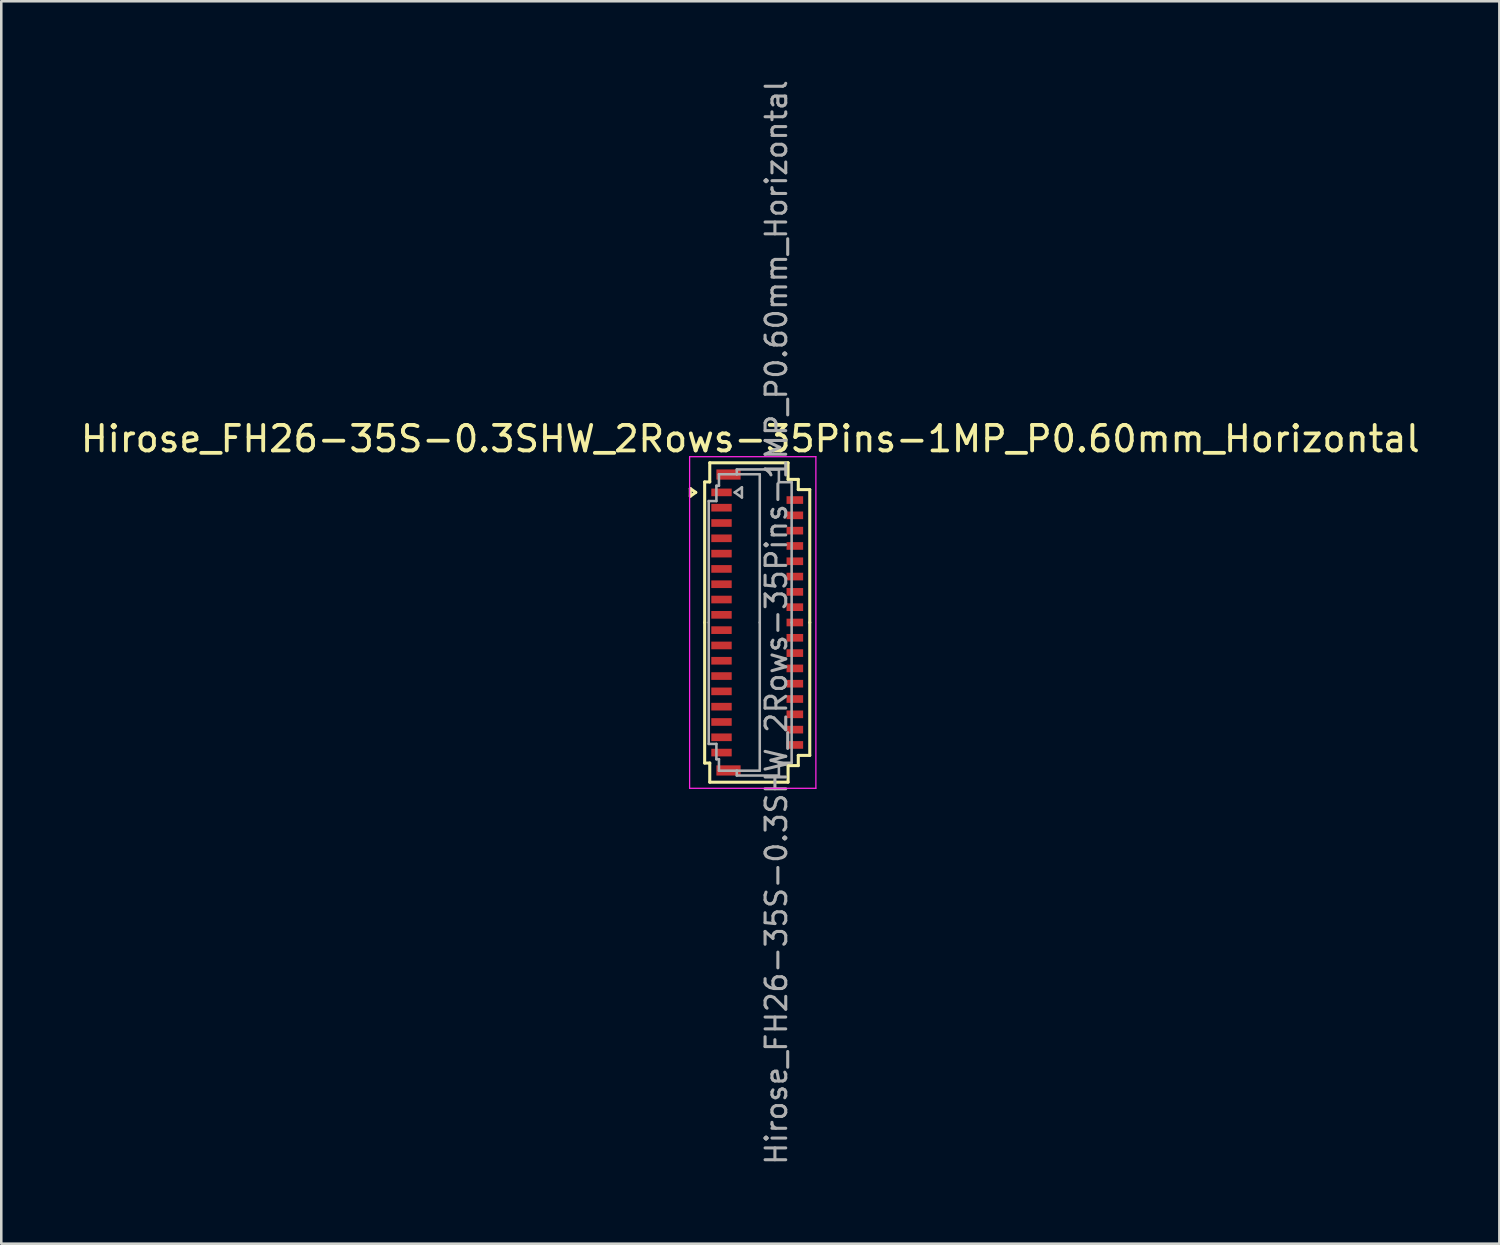
<source format=kicad_pcb>
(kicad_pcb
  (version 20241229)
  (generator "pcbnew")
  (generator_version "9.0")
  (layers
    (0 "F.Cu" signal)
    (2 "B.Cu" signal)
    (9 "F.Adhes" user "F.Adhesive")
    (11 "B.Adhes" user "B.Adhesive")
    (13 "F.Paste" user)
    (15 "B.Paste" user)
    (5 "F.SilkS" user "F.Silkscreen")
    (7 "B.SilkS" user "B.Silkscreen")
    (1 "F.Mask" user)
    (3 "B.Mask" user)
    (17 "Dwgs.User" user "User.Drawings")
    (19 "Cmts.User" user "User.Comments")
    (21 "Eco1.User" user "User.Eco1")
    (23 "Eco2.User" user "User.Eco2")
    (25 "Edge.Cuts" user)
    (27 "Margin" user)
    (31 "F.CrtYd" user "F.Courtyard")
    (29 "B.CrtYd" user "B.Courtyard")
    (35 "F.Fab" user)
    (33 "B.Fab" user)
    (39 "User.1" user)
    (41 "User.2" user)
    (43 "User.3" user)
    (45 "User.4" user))
  (footprint "Hirose_FH26-35S-0.3SHW_2Rows-35Pins-1MP_P0.60mm_Horizontal"
    (layer "F.Cu")
    (at 26.633 21.352)
    (property "Reference" "Hirose_FH26-35S-0.3SHW_2Rows-35Pins-1MP_P0.60mm_Horizontal" (at -0.27 -7.2 0) (layer "F.SilkS") (effects (font (size 1 1) (thickness 0.15))))
    (attr smd)
    (fp_line (start -2.622 -5.25) (end -2.41 -5.1) (stroke (width 0.12) (type solid)) (layer "F.SilkS"))
    (fp_line (start -2.622 -4.95) (end -2.622 -5.25) (stroke (width 0.12) (type solid)) (layer "F.SilkS"))
    (fp_line (start -2.41 -5.1) (end -2.622 -4.95) (stroke (width 0.12) (type solid)) (layer "F.SilkS"))
    (fp_line (start -2.06 -5.51) (end -2.06 0) (stroke (width 0.12) (type solid)) (layer "F.SilkS"))
    (fp_line (start -2.06 5.51) (end -2.06 0) (stroke (width 0.12) (type solid)) (layer "F.SilkS"))
    (fp_line (start -1.86 -6.26) (end -1.86 -5.51) (stroke (width 0.12) (type solid)) (layer "F.SilkS"))
    (fp_line (start -1.86 -5.51) (end -2.06 -5.51) (stroke (width 0.12) (type solid)) (layer "F.SilkS"))
    (fp_line (start -1.86 5.51) (end -2.06 5.51) (stroke (width 0.12) (type solid)) (layer "F.SilkS"))
    (fp_line (start -1.86 6.26) (end -1.86 5.51) (stroke (width 0.12) (type solid)) (layer "F.SilkS"))
    (fp_line (start 1.21 -6.26) (end -1.86 -6.26) (stroke (width 0.12) (type solid)) (layer "F.SilkS"))
    (fp_line (start 1.21 -5.61) (end 1.21 -6.26) (stroke (width 0.12) (type solid)) (layer "F.SilkS"))
    (fp_line (start 1.21 5.61) (end 1.21 6.26) (stroke (width 0.12) (type solid)) (layer "F.SilkS"))
    (fp_line (start 1.21 6.26) (end -1.86 6.26) (stroke (width 0.12) (type solid)) (layer "F.SilkS"))
    (fp_line (start 1.61 -5.61) (end 1.21 -5.61) (stroke (width 0.12) (type solid)) (layer "F.SilkS"))
    (fp_line (start 1.61 -5.21) (end 1.61 -5.61) (stroke (width 0.12) (type solid)) (layer "F.SilkS"))
    (fp_line (start 1.61 5.21) (end 1.61 5.61) (stroke (width 0.12) (type solid)) (layer "F.SilkS"))
    (fp_line (start 1.61 5.61) (end 1.21 5.61) (stroke (width 0.12) (type solid)) (layer "F.SilkS"))
    (fp_line (start 2.06 -5.21) (end 1.61 -5.21) (stroke (width 0.12) (type solid)) (layer "F.SilkS"))
    (fp_line (start 2.06 0) (end 2.06 -5.21) (stroke (width 0.12) (type solid)) (layer "F.SilkS"))
    (fp_line (start 2.06 0) (end 2.06 5.21) (stroke (width 0.12) (type solid)) (layer "F.SilkS"))
    (fp_line (start 2.06 5.21) (end 1.61 5.21) (stroke (width 0.12) (type solid)) (layer "F.SilkS"))
    (fp_line (start -2.65 -6.5) (end -2.65 6.5) (stroke (width 0.05) (type solid)) (layer "F.CrtYd"))
    (fp_line (start -2.65 6.5) (end 2.3 6.5) (stroke (width 0.05) (type solid)) (layer "F.CrtYd"))
    (fp_line (start 2.3 -6.5) (end -2.65 -6.5) (stroke (width 0.05) (type solid)) (layer "F.CrtYd"))
    (fp_line (start 2.3 6.5) (end 2.3 -6.5) (stroke (width 0.05) (type solid)) (layer "F.CrtYd"))
    (fp_line (start -1.9 -4.76) (end -1.6 -4.76) (stroke (width 0.1) (type solid)) (layer "F.Fab"))
    (fp_line (start -1.9 0) (end -1.9 -4.76) (stroke (width 0.1) (type solid)) (layer "F.Fab"))
    (fp_line (start -1.9 0) (end -1.9 4.76) (stroke (width 0.1) (type solid)) (layer "F.Fab"))
    (fp_line (start -1.9 4.76) (end -1.6 4.76) (stroke (width 0.1) (type solid)) (layer "F.Fab"))
    (fp_line (start -1.6 -5.36) (end -1.5 -5.36) (stroke (width 0.1) (type solid)) (layer "F.Fab"))
    (fp_line (start -1.6 -4.76) (end -1.6 -5.36) (stroke (width 0.1) (type solid)) (layer "F.Fab"))
    (fp_line (start -1.6 4.76) (end -1.6 5.36) (stroke (width 0.1) (type solid)) (layer "F.Fab"))
    (fp_line (start -1.6 5.36) (end -1.5 5.36) (stroke (width 0.1) (type solid)) (layer "F.Fab"))
    (fp_line (start -1.5 -5.81) (end -0.8 -5.81) (stroke (width 0.1) (type solid)) (layer "F.Fab"))
    (fp_line (start -1.5 -5.36) (end -1.5 -5.81) (stroke (width 0.1) (type solid)) (layer "F.Fab"))
    (fp_line (start -1.5 5.36) (end -1.5 5.81) (stroke (width 0.1) (type solid)) (layer "F.Fab"))
    (fp_line (start -1.5 5.81) (end -0.8 5.81) (stroke (width 0.1) (type solid)) (layer "F.Fab"))
    (fp_line (start -0.883 -5.1) (end -0.6 -4.9) (stroke (width 0.1) (type solid)) (layer "F.Fab"))
    (fp_line (start -0.8 -6) (end 0.85 -6) (stroke (width 0.1) (type solid)) (layer "F.Fab"))
    (fp_line (start -0.8 -5.81) (end -0.8 -6) (stroke (width 0.1) (type solid)) (layer "F.Fab"))
    (fp_line (start -0.8 5.81) (end -0.8 6) (stroke (width 0.1) (type solid)) (layer "F.Fab"))
    (fp_line (start -0.8 6) (end 0.85 6) (stroke (width 0.1) (type solid)) (layer "F.Fab"))
    (fp_line (start -0.6 -5.3) (end -0.883 -5.1) (stroke (width 0.1) (type solid)) (layer "F.Fab"))
    (fp_line (start -0.6 -4.9) (end -0.6 -5.3) (stroke (width 0.1) (type solid)) (layer "F.Fab"))
    (fp_line (start 0.1 -5.81) (end -0.8 -5.81) (stroke (width 0.1) (type solid)) (layer "F.Fab"))
    (fp_line (start 0.1 0) (end 0.1 -5.81) (stroke (width 0.1) (type solid)) (layer "F.Fab"))
    (fp_line (start 0.1 0) (end 0.1 5.81) (stroke (width 0.1) (type solid)) (layer "F.Fab"))
    (fp_line (start 0.1 5.81) (end -0.8 5.81) (stroke (width 0.1) (type solid)) (layer "F.Fab"))
    (fp_line (start 0.85 -6) (end 0.85 -5.5) (stroke (width 0.1) (type solid)) (layer "F.Fab"))
    (fp_line (start 0.85 -5.5) (end 1.35 -5.5) (stroke (width 0.1) (type solid)) (layer "F.Fab"))
    (fp_line (start 0.85 5.5) (end 1.35 5.5) (stroke (width 0.1) (type solid)) (layer "F.Fab"))
    (fp_line (start 0.85 6) (end 0.85 5.5) (stroke (width 0.1) (type solid)) (layer "F.Fab"))
    (fp_line (start 1.35 -5.5) (end 1.35 0) (stroke (width 0.1) (type solid)) (layer "F.Fab"))
    (fp_line (start 1.35 5.5) (end 1.35 0) (stroke (width 0.1) (type solid)) (layer "F.Fab"))
    (fp_text user "${REFERENCE}" (at 0.75 0 90) (layer "F.Fab") (effects (font (size 0.81 0.81) (thickness 0.12))))
    (pad "1" smd rect (at -1.4 -5.1) (size 0.8 0.3) (layers "F.Cu" "F.Mask" "F.Paste"))
    (pad "2" smd rect (at 1.475 -4.8) (size 0.65 0.3) (layers "F.Cu" "F.Mask" "F.Paste"))
    (pad "3" smd rect (at -1.4 -4.5) (size 0.8 0.3) (layers "F.Cu" "F.Mask" "F.Paste"))
    (pad "4" smd rect (at 1.475 -4.2) (size 0.65 0.3) (layers "F.Cu" "F.Mask" "F.Paste"))
    (pad "5" smd rect (at -1.4 -3.9) (size 0.8 0.3) (layers "F.Cu" "F.Mask" "F.Paste"))
    (pad "6" smd rect (at 1.475 -3.6) (size 0.65 0.3) (layers "F.Cu" "F.Mask" "F.Paste"))
    (pad "7" smd rect (at -1.4 -3.3) (size 0.8 0.3) (layers "F.Cu" "F.Mask" "F.Paste"))
    (pad "8" smd rect (at 1.475 -3) (size 0.65 0.3) (layers "F.Cu" "F.Mask" "F.Paste"))
    (pad "9" smd rect (at -1.4 -2.7) (size 0.8 0.3) (layers "F.Cu" "F.Mask" "F.Paste"))
    (pad "10" smd rect (at 1.475 -2.4) (size 0.65 0.3) (layers "F.Cu" "F.Mask" "F.Paste"))
    (pad "11" smd rect (at -1.4 -2.1) (size 0.8 0.3) (layers "F.Cu" "F.Mask" "F.Paste"))
    (pad "12" smd rect (at 1.475 -1.8) (size 0.65 0.3) (layers "F.Cu" "F.Mask" "F.Paste"))
    (pad "13" smd rect (at -1.4 -1.5) (size 0.8 0.3) (layers "F.Cu" "F.Mask" "F.Paste"))
    (pad "14" smd rect (at 1.475 -1.2) (size 0.65 0.3) (layers "F.Cu" "F.Mask" "F.Paste"))
    (pad "15" smd rect (at -1.4 -0.9) (size 0.8 0.3) (layers "F.Cu" "F.Mask" "F.Paste"))
    (pad "16" smd rect (at 1.475 -0.6) (size 0.65 0.3) (layers "F.Cu" "F.Mask" "F.Paste"))
    (pad "17" smd rect (at -1.4 -0.3) (size 0.8 0.3) (layers "F.Cu" "F.Mask" "F.Paste"))
    (pad "18" smd rect (at 1.475 0) (size 0.65 0.3) (layers "F.Cu" "F.Mask" "F.Paste"))
    (pad "19" smd rect (at -1.4 0.3) (size 0.8 0.3) (layers "F.Cu" "F.Mask" "F.Paste"))
    (pad "20" smd rect (at 1.475 0.6) (size 0.65 0.3) (layers "F.Cu" "F.Mask" "F.Paste"))
    (pad "21" smd rect (at -1.4 0.9) (size 0.8 0.3) (layers "F.Cu" "F.Mask" "F.Paste"))
    (pad "22" smd rect (at 1.475 1.2) (size 0.65 0.3) (layers "F.Cu" "F.Mask" "F.Paste"))
    (pad "23" smd rect (at -1.4 1.5) (size 0.8 0.3) (layers "F.Cu" "F.Mask" "F.Paste"))
    (pad "24" smd rect (at 1.475 1.8) (size 0.65 0.3) (layers "F.Cu" "F.Mask" "F.Paste"))
    (pad "25" smd rect (at -1.4 2.1) (size 0.8 0.3) (layers "F.Cu" "F.Mask" "F.Paste"))
    (pad "26" smd rect (at 1.475 2.4) (size 0.65 0.3) (layers "F.Cu" "F.Mask" "F.Paste"))
    (pad "27" smd rect (at -1.4 2.7) (size 0.8 0.3) (layers "F.Cu" "F.Mask" "F.Paste"))
    (pad "28" smd rect (at 1.475 3) (size 0.65 0.3) (layers "F.Cu" "F.Mask" "F.Paste"))
    (pad "29" smd rect (at -1.4 3.3) (size 0.8 0.3) (layers "F.Cu" "F.Mask" "F.Paste"))
    (pad "30" smd rect (at 1.475 3.6) (size 0.65 0.3) (layers "F.Cu" "F.Mask" "F.Paste"))
    (pad "31" smd rect (at -1.4 3.9) (size 0.8 0.3) (layers "F.Cu" "F.Mask" "F.Paste"))
    (pad "32" smd rect (at 1.475 4.2) (size 0.65 0.3) (layers "F.Cu" "F.Mask" "F.Paste"))
    (pad "33" smd rect (at -1.4 4.5) (size 0.8 0.3) (layers "F.Cu" "F.Mask" "F.Paste"))
    (pad "34" smd rect (at 1.475 4.8) (size 0.65 0.3) (layers "F.Cu" "F.Mask" "F.Paste"))
    (pad "35" smd rect (at -1.4 5.1) (size 0.8 0.3) (layers "F.Cu" "F.Mask" "F.Paste"))
    (pad "MP" smd rect (at -1.125 -5.8) (size 0.95 0.4) (layers "F.Cu" "F.Mask" "F.Paste"))
    (pad "MP" smd rect (at -1.125 5.8) (size 0.95 0.4) (layers "F.Cu" "F.Mask" "F.Paste")))
  (gr_rect
    (start -3 -3)
    (end 55.726 45.704)
    (stroke (width 0.1) (type default))
    (fill no)
    (layer "Edge.Cuts")))
</source>
